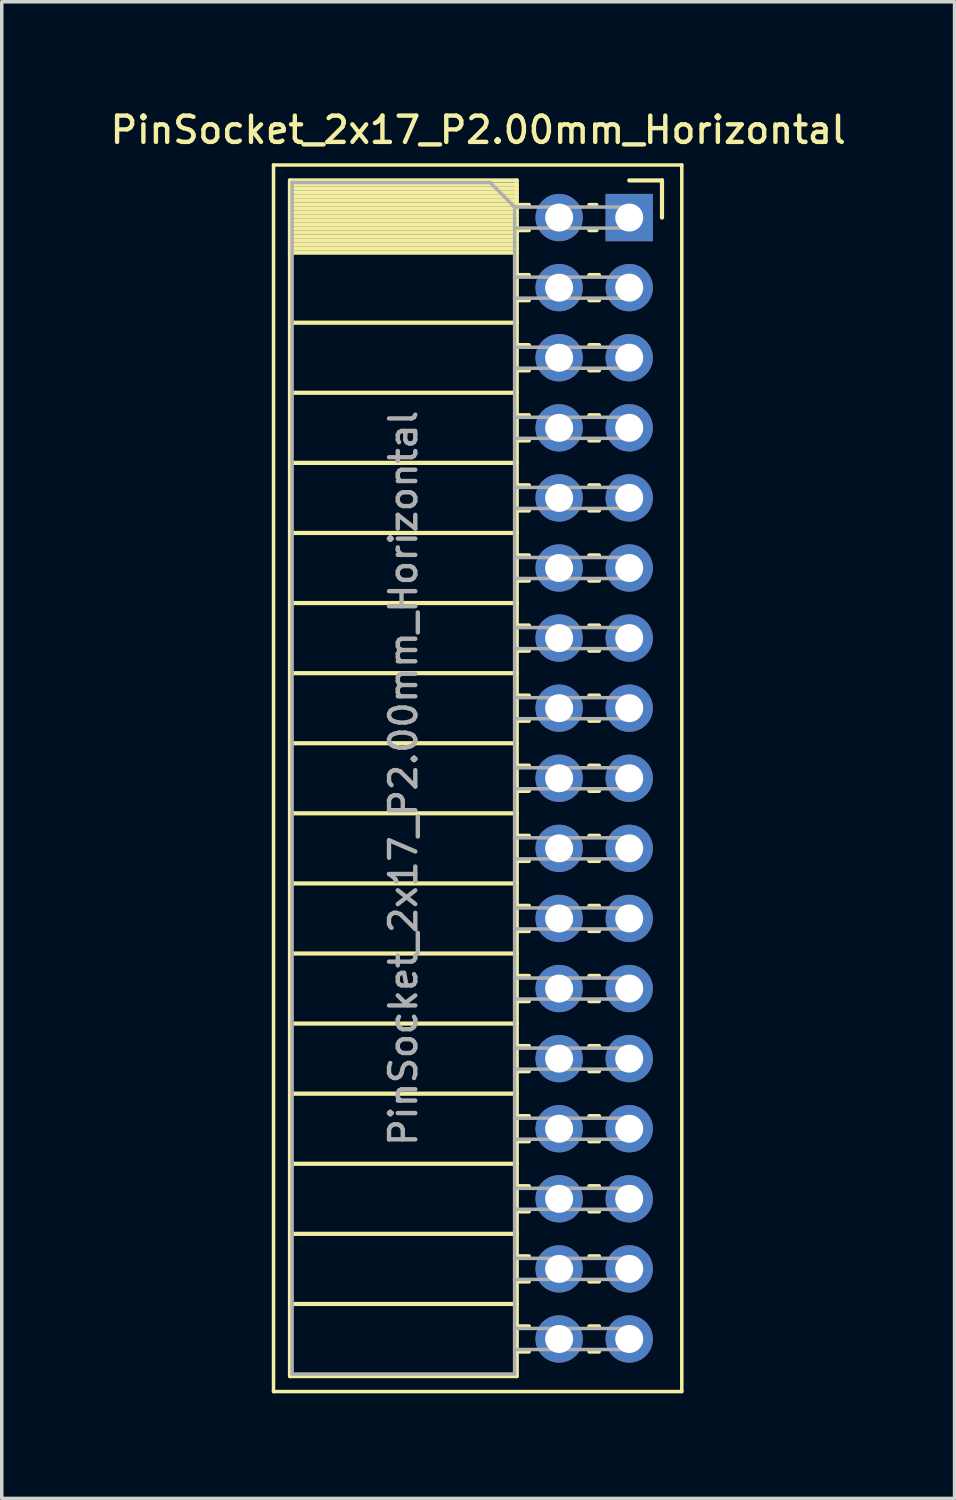
<source format=kicad_pcb>
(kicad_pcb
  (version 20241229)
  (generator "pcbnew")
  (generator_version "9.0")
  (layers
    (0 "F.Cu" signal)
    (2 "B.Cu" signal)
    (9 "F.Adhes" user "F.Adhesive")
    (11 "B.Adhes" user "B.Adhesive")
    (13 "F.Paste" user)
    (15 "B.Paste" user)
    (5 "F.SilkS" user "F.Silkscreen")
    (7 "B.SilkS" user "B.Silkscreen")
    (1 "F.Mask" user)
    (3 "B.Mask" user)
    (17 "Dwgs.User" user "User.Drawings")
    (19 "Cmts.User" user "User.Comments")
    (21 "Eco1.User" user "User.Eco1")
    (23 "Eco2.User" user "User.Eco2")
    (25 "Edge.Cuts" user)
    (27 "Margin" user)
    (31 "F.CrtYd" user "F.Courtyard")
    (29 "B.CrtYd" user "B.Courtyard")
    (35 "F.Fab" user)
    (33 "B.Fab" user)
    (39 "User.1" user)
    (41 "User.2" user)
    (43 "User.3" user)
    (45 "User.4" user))
  (footprint "PinSocket_2x17_P2.00mm_Horizontal"
    (layer "F.Cu")
    (at 14.905 3.158)
    (property "Reference" "PinSocket_2x17_P2.00mm_Horizontal" (at -4.31 -2.5 0) (layer "F.SilkS") (effects (font (size 0.75 0.75) (thickness 0.125))))
    (attr through_hole)
    (fp_line (start -10.15 -1.5) (end -10.15 33.5) (stroke (width 0.1) (type solid)) (layer "F.SilkS"))
    (fp_line (start -10.15 33.5) (end 1.5 33.5) (stroke (width 0.1) (type solid)) (layer "F.SilkS"))
    (fp_line (start -9.68 -1.06) (end -9.68 33.06) (stroke (width 0.12) (type solid)) (layer "F.SilkS"))
    (fp_line (start -9.68 -1.06) (end -3.21 -1.06) (stroke (width 0.12) (type solid)) (layer "F.SilkS"))
    (fp_line (start -9.68 -0.94) (end -3.21 -0.94) (stroke (width 0.12) (type solid)) (layer "F.SilkS"))
    (fp_line (start -9.68 -0.826) (end -3.21 -0.826) (stroke (width 0.12) (type solid)) (layer "F.SilkS"))
    (fp_line (start -9.68 -0.712) (end -3.21 -0.712) (stroke (width 0.12) (type solid)) (layer "F.SilkS"))
    (fp_line (start -9.68 -0.598) (end -3.21 -0.598) (stroke (width 0.12) (type solid)) (layer "F.SilkS"))
    (fp_line (start -9.68 -0.484) (end -3.21 -0.484) (stroke (width 0.12) (type solid)) (layer "F.SilkS"))
    (fp_line (start -9.68 -0.369) (end -3.21 -0.369) (stroke (width 0.12) (type solid)) (layer "F.SilkS"))
    (fp_line (start -9.68 -0.255) (end -3.21 -0.255) (stroke (width 0.12) (type solid)) (layer "F.SilkS"))
    (fp_line (start -9.68 -0.141) (end -3.21 -0.141) (stroke (width 0.12) (type solid)) (layer "F.SilkS"))
    (fp_line (start -9.68 -0.027) (end -3.21 -0.027) (stroke (width 0.12) (type solid)) (layer "F.SilkS"))
    (fp_line (start -9.68 0.087) (end -3.21 0.087) (stroke (width 0.12) (type solid)) (layer "F.SilkS"))
    (fp_line (start -9.68 0.201) (end -3.21 0.201) (stroke (width 0.12) (type solid)) (layer "F.SilkS"))
    (fp_line (start -9.68 0.315) (end -3.21 0.315) (stroke (width 0.12) (type solid)) (layer "F.SilkS"))
    (fp_line (start -9.68 0.429) (end -3.21 0.429) (stroke (width 0.12) (type solid)) (layer "F.SilkS"))
    (fp_line (start -9.68 0.544) (end -3.21 0.544) (stroke (width 0.12) (type solid)) (layer "F.SilkS"))
    (fp_line (start -9.68 0.658) (end -3.21 0.658) (stroke (width 0.12) (type solid)) (layer "F.SilkS"))
    (fp_line (start -9.68 0.772) (end -3.21 0.772) (stroke (width 0.12) (type solid)) (layer "F.SilkS"))
    (fp_line (start -9.68 0.886) (end -3.21 0.886) (stroke (width 0.12) (type solid)) (layer "F.SilkS"))
    (fp_line (start -9.68 1) (end -3.21 1) (stroke (width 0.12) (type solid)) (layer "F.SilkS"))
    (fp_line (start -9.68 3) (end -3.21 3) (stroke (width 0.12) (type solid)) (layer "F.SilkS"))
    (fp_line (start -9.68 5) (end -3.21 5) (stroke (width 0.12) (type solid)) (layer "F.SilkS"))
    (fp_line (start -9.68 7) (end -3.21 7) (stroke (width 0.12) (type solid)) (layer "F.SilkS"))
    (fp_line (start -9.68 9) (end -3.21 9) (stroke (width 0.12) (type solid)) (layer "F.SilkS"))
    (fp_line (start -9.68 11) (end -3.21 11) (stroke (width 0.12) (type solid)) (layer "F.SilkS"))
    (fp_line (start -9.68 13) (end -3.21 13) (stroke (width 0.12) (type solid)) (layer "F.SilkS"))
    (fp_line (start -9.68 15) (end -3.21 15) (stroke (width 0.12) (type solid)) (layer "F.SilkS"))
    (fp_line (start -9.68 17) (end -3.21 17) (stroke (width 0.12) (type solid)) (layer "F.SilkS"))
    (fp_line (start -9.68 19) (end -3.21 19) (stroke (width 0.12) (type solid)) (layer "F.SilkS"))
    (fp_line (start -9.68 21) (end -3.21 21) (stroke (width 0.12) (type solid)) (layer "F.SilkS"))
    (fp_line (start -9.68 23) (end -3.21 23) (stroke (width 0.12) (type solid)) (layer "F.SilkS"))
    (fp_line (start -9.68 25) (end -3.21 25) (stroke (width 0.12) (type solid)) (layer "F.SilkS"))
    (fp_line (start -9.68 27) (end -3.21 27) (stroke (width 0.12) (type solid)) (layer "F.SilkS"))
    (fp_line (start -9.68 29) (end -3.21 29) (stroke (width 0.12) (type solid)) (layer "F.SilkS"))
    (fp_line (start -9.68 31) (end -3.21 31) (stroke (width 0.12) (type solid)) (layer "F.SilkS"))
    (fp_line (start -9.68 33.06) (end -3.21 33.06) (stroke (width 0.12) (type solid)) (layer "F.SilkS"))
    (fp_line (start -3.21 -1.06) (end -3.21 33.06) (stroke (width 0.12) (type solid)) (layer "F.SilkS"))
    (fp_line (start -3.21 -0.36) (end -2.863 -0.36) (stroke (width 0.12) (type solid)) (layer "F.SilkS"))
    (fp_line (start -3.21 0.36) (end -2.863 0.36) (stroke (width 0.12) (type solid)) (layer "F.SilkS"))
    (fp_line (start -3.21 1.64) (end -2.863 1.64) (stroke (width 0.12) (type solid)) (layer "F.SilkS"))
    (fp_line (start -3.21 2.36) (end -2.863 2.36) (stroke (width 0.12) (type solid)) (layer "F.SilkS"))
    (fp_line (start -3.21 3.64) (end -2.863 3.64) (stroke (width 0.12) (type solid)) (layer "F.SilkS"))
    (fp_line (start -3.21 4.36) (end -2.863 4.36) (stroke (width 0.12) (type solid)) (layer "F.SilkS"))
    (fp_line (start -3.21 5.64) (end -2.863 5.64) (stroke (width 0.12) (type solid)) (layer "F.SilkS"))
    (fp_line (start -3.21 6.36) (end -2.863 6.36) (stroke (width 0.12) (type solid)) (layer "F.SilkS"))
    (fp_line (start -3.21 7.64) (end -2.863 7.64) (stroke (width 0.12) (type solid)) (layer "F.SilkS"))
    (fp_line (start -3.21 8.36) (end -2.863 8.36) (stroke (width 0.12) (type solid)) (layer "F.SilkS"))
    (fp_line (start -3.21 9.64) (end -2.863 9.64) (stroke (width 0.12) (type solid)) (layer "F.SilkS"))
    (fp_line (start -3.21 10.36) (end -2.863 10.36) (stroke (width 0.12) (type solid)) (layer "F.SilkS"))
    (fp_line (start -3.21 11.64) (end -2.863 11.64) (stroke (width 0.12) (type solid)) (layer "F.SilkS"))
    (fp_line (start -3.21 12.36) (end -2.863 12.36) (stroke (width 0.12) (type solid)) (layer "F.SilkS"))
    (fp_line (start -3.21 13.64) (end -2.863 13.64) (stroke (width 0.12) (type solid)) (layer "F.SilkS"))
    (fp_line (start -3.21 14.36) (end -2.863 14.36) (stroke (width 0.12) (type solid)) (layer "F.SilkS"))
    (fp_line (start -3.21 15.64) (end -2.863 15.64) (stroke (width 0.12) (type solid)) (layer "F.SilkS"))
    (fp_line (start -3.21 16.36) (end -2.863 16.36) (stroke (width 0.12) (type solid)) (layer "F.SilkS"))
    (fp_line (start -3.21 17.64) (end -2.863 17.64) (stroke (width 0.12) (type solid)) (layer "F.SilkS"))
    (fp_line (start -3.21 18.36) (end -2.863 18.36) (stroke (width 0.12) (type solid)) (layer "F.SilkS"))
    (fp_line (start -3.21 19.64) (end -2.863 19.64) (stroke (width 0.12) (type solid)) (layer "F.SilkS"))
    (fp_line (start -3.21 20.36) (end -2.863 20.36) (stroke (width 0.12) (type solid)) (layer "F.SilkS"))
    (fp_line (start -3.21 21.64) (end -2.863 21.64) (stroke (width 0.12) (type solid)) (layer "F.SilkS"))
    (fp_line (start -3.21 22.36) (end -2.863 22.36) (stroke (width 0.12) (type solid)) (layer "F.SilkS"))
    (fp_line (start -3.21 23.64) (end -2.863 23.64) (stroke (width 0.12) (type solid)) (layer "F.SilkS"))
    (fp_line (start -3.21 24.36) (end -2.863 24.36) (stroke (width 0.12) (type solid)) (layer "F.SilkS"))
    (fp_line (start -3.21 25.64) (end -2.863 25.64) (stroke (width 0.12) (type solid)) (layer "F.SilkS"))
    (fp_line (start -3.21 26.36) (end -2.863 26.36) (stroke (width 0.12) (type solid)) (layer "F.SilkS"))
    (fp_line (start -3.21 27.64) (end -2.863 27.64) (stroke (width 0.12) (type solid)) (layer "F.SilkS"))
    (fp_line (start -3.21 28.36) (end -2.863 28.36) (stroke (width 0.12) (type solid)) (layer "F.SilkS"))
    (fp_line (start -3.21 29.64) (end -2.863 29.64) (stroke (width 0.12) (type solid)) (layer "F.SilkS"))
    (fp_line (start -3.21 30.36) (end -2.863 30.36) (stroke (width 0.12) (type solid)) (layer "F.SilkS"))
    (fp_line (start -3.21 31.64) (end -2.863 31.64) (stroke (width 0.12) (type solid)) (layer "F.SilkS"))
    (fp_line (start -3.21 32.36) (end -2.863 32.36) (stroke (width 0.12) (type solid)) (layer "F.SilkS"))
    (fp_line (start -1.137 -0.36) (end -0.935 -0.36) (stroke (width 0.12) (type solid)) (layer "F.SilkS"))
    (fp_line (start -1.137 0.36) (end -0.935 0.36) (stroke (width 0.12) (type solid)) (layer "F.SilkS"))
    (fp_line (start -1.137 1.64) (end -0.863 1.64) (stroke (width 0.12) (type solid)) (layer "F.SilkS"))
    (fp_line (start -1.137 2.36) (end -0.863 2.36) (stroke (width 0.12) (type solid)) (layer "F.SilkS"))
    (fp_line (start -1.137 3.64) (end -0.863 3.64) (stroke (width 0.12) (type solid)) (layer "F.SilkS"))
    (fp_line (start -1.137 4.36) (end -0.863 4.36) (stroke (width 0.12) (type solid)) (layer "F.SilkS"))
    (fp_line (start -1.137 5.64) (end -0.863 5.64) (stroke (width 0.12) (type solid)) (layer "F.SilkS"))
    (fp_line (start -1.137 6.36) (end -0.863 6.36) (stroke (width 0.12) (type solid)) (layer "F.SilkS"))
    (fp_line (start -1.137 7.64) (end -0.863 7.64) (stroke (width 0.12) (type solid)) (layer "F.SilkS"))
    (fp_line (start -1.137 8.36) (end -0.863 8.36) (stroke (width 0.12) (type solid)) (layer "F.SilkS"))
    (fp_line (start -1.137 9.64) (end -0.863 9.64) (stroke (width 0.12) (type solid)) (layer "F.SilkS"))
    (fp_line (start -1.137 10.36) (end -0.863 10.36) (stroke (width 0.12) (type solid)) (layer "F.SilkS"))
    (fp_line (start -1.137 11.64) (end -0.863 11.64) (stroke (width 0.12) (type solid)) (layer "F.SilkS"))
    (fp_line (start -1.137 12.36) (end -0.863 12.36) (stroke (width 0.12) (type solid)) (layer "F.SilkS"))
    (fp_line (start -1.137 13.64) (end -0.863 13.64) (stroke (width 0.12) (type solid)) (layer "F.SilkS"))
    (fp_line (start -1.137 14.36) (end -0.863 14.36) (stroke (width 0.12) (type solid)) (layer "F.SilkS"))
    (fp_line (start -1.137 15.64) (end -0.863 15.64) (stroke (width 0.12) (type solid)) (layer "F.SilkS"))
    (fp_line (start -1.137 16.36) (end -0.863 16.36) (stroke (width 0.12) (type solid)) (layer "F.SilkS"))
    (fp_line (start -1.137 17.64) (end -0.863 17.64) (stroke (width 0.12) (type solid)) (layer "F.SilkS"))
    (fp_line (start -1.137 18.36) (end -0.863 18.36) (stroke (width 0.12) (type solid)) (layer "F.SilkS"))
    (fp_line (start -1.137 19.64) (end -0.863 19.64) (stroke (width 0.12) (type solid)) (layer "F.SilkS"))
    (fp_line (start -1.137 20.36) (end -0.863 20.36) (stroke (width 0.12) (type solid)) (layer "F.SilkS"))
    (fp_line (start -1.137 21.64) (end -0.863 21.64) (stroke (width 0.12) (type solid)) (layer "F.SilkS"))
    (fp_line (start -1.137 22.36) (end -0.863 22.36) (stroke (width 0.12) (type solid)) (layer "F.SilkS"))
    (fp_line (start -1.137 23.64) (end -0.863 23.64) (stroke (width 0.12) (type solid)) (layer "F.SilkS"))
    (fp_line (start -1.137 24.36) (end -0.863 24.36) (stroke (width 0.12) (type solid)) (layer "F.SilkS"))
    (fp_line (start -1.137 25.64) (end -0.863 25.64) (stroke (width 0.12) (type solid)) (layer "F.SilkS"))
    (fp_line (start -1.137 26.36) (end -0.863 26.36) (stroke (width 0.12) (type solid)) (layer "F.SilkS"))
    (fp_line (start -1.137 27.64) (end -0.863 27.64) (stroke (width 0.12) (type solid)) (layer "F.SilkS"))
    (fp_line (start -1.137 28.36) (end -0.863 28.36) (stroke (width 0.12) (type solid)) (layer "F.SilkS"))
    (fp_line (start -1.137 29.64) (end -0.863 29.64) (stroke (width 0.12) (type solid)) (layer "F.SilkS"))
    (fp_line (start -1.137 30.36) (end -0.863 30.36) (stroke (width 0.12) (type solid)) (layer "F.SilkS"))
    (fp_line (start -1.137 31.64) (end -0.863 31.64) (stroke (width 0.12) (type solid)) (layer "F.SilkS"))
    (fp_line (start -1.137 32.36) (end -0.863 32.36) (stroke (width 0.12) (type solid)) (layer "F.SilkS"))
    (fp_line (start 0 -1.06) (end 0.935 -1.06) (stroke (width 0.12) (type solid)) (layer "F.SilkS"))
    (fp_line (start 0.935 -1.06) (end 0.935 0) (stroke (width 0.12) (type solid)) (layer "F.SilkS"))
    (fp_line (start 1.5 -1.5) (end -10.15 -1.5) (stroke (width 0.1) (type solid)) (layer "F.SilkS"))
    (fp_line (start 1.5 33.5) (end 1.5 -1.5) (stroke (width 0.1) (type solid)) (layer "F.SilkS"))
    (fp_line (start -9.62 -1) (end -3.97 -1) (stroke (width 0.1) (type solid)) (layer "F.Fab"))
    (fp_line (start -9.62 33) (end -9.62 -1) (stroke (width 0.1) (type solid)) (layer "F.Fab"))
    (fp_line (start -3.97 -1) (end -3.27 -0.3) (stroke (width 0.1) (type solid)) (layer "F.Fab"))
    (fp_line (start -3.27 -0.3) (end -3.27 33) (stroke (width 0.1) (type solid)) (layer "F.Fab"))
    (fp_line (start -3.27 0.3) (end 0 0.3) (stroke (width 0.1) (type solid)) (layer "F.Fab"))
    (fp_line (start -3.27 2.3) (end 0 2.3) (stroke (width 0.1) (type solid)) (layer "F.Fab"))
    (fp_line (start -3.27 4.3) (end 0 4.3) (stroke (width 0.1) (type solid)) (layer "F.Fab"))
    (fp_line (start -3.27 6.3) (end 0 6.3) (stroke (width 0.1) (type solid)) (layer "F.Fab"))
    (fp_line (start -3.27 8.3) (end 0 8.3) (stroke (width 0.1) (type solid)) (layer "F.Fab"))
    (fp_line (start -3.27 10.3) (end 0 10.3) (stroke (width 0.1) (type solid)) (layer "F.Fab"))
    (fp_line (start -3.27 12.3) (end 0 12.3) (stroke (width 0.1) (type solid)) (layer "F.Fab"))
    (fp_line (start -3.27 14.3) (end 0 14.3) (stroke (width 0.1) (type solid)) (layer "F.Fab"))
    (fp_line (start -3.27 16.3) (end 0 16.3) (stroke (width 0.1) (type solid)) (layer "F.Fab"))
    (fp_line (start -3.27 18.3) (end 0 18.3) (stroke (width 0.1) (type solid)) (layer "F.Fab"))
    (fp_line (start -3.27 20.3) (end 0 20.3) (stroke (width 0.1) (type solid)) (layer "F.Fab"))
    (fp_line (start -3.27 22.3) (end 0 22.3) (stroke (width 0.1) (type solid)) (layer "F.Fab"))
    (fp_line (start -3.27 24.3) (end 0 24.3) (stroke (width 0.1) (type solid)) (layer "F.Fab"))
    (fp_line (start -3.27 26.3) (end 0 26.3) (stroke (width 0.1) (type solid)) (layer "F.Fab"))
    (fp_line (start -3.27 28.3) (end 0 28.3) (stroke (width 0.1) (type solid)) (layer "F.Fab"))
    (fp_line (start -3.27 30.3) (end 0 30.3) (stroke (width 0.1) (type solid)) (layer "F.Fab"))
    (fp_line (start -3.27 32.3) (end 0 32.3) (stroke (width 0.1) (type solid)) (layer "F.Fab"))
    (fp_line (start -3.27 33) (end -9.62 33) (stroke (width 0.1) (type solid)) (layer "F.Fab"))
    (fp_line (start 0 -0.3) (end -3.27 -0.3) (stroke (width 0.1) (type solid)) (layer "F.Fab"))
    (fp_line (start 0 0.3) (end 0 -0.3) (stroke (width 0.1) (type solid)) (layer "F.Fab"))
    (fp_line (start 0 1.7) (end -3.27 1.7) (stroke (width 0.1) (type solid)) (layer "F.Fab"))
    (fp_line (start 0 2.3) (end 0 1.7) (stroke (width 0.1) (type solid)) (layer "F.Fab"))
    (fp_line (start 0 3.7) (end -3.27 3.7) (stroke (width 0.1) (type solid)) (layer "F.Fab"))
    (fp_line (start 0 4.3) (end 0 3.7) (stroke (width 0.1) (type solid)) (layer "F.Fab"))
    (fp_line (start 0 5.7) (end -3.27 5.7) (stroke (width 0.1) (type solid)) (layer "F.Fab"))
    (fp_line (start 0 6.3) (end 0 5.7) (stroke (width 0.1) (type solid)) (layer "F.Fab"))
    (fp_line (start 0 7.7) (end -3.27 7.7) (stroke (width 0.1) (type solid)) (layer "F.Fab"))
    (fp_line (start 0 8.3) (end 0 7.7) (stroke (width 0.1) (type solid)) (layer "F.Fab"))
    (fp_line (start 0 9.7) (end -3.27 9.7) (stroke (width 0.1) (type solid)) (layer "F.Fab"))
    (fp_line (start 0 10.3) (end 0 9.7) (stroke (width 0.1) (type solid)) (layer "F.Fab"))
    (fp_line (start 0 11.7) (end -3.27 11.7) (stroke (width 0.1) (type solid)) (layer "F.Fab"))
    (fp_line (start 0 12.3) (end 0 11.7) (stroke (width 0.1) (type solid)) (layer "F.Fab"))
    (fp_line (start 0 13.7) (end -3.27 13.7) (stroke (width 0.1) (type solid)) (layer "F.Fab"))
    (fp_line (start 0 14.3) (end 0 13.7) (stroke (width 0.1) (type solid)) (layer "F.Fab"))
    (fp_line (start 0 15.7) (end -3.27 15.7) (stroke (width 0.1) (type solid)) (layer "F.Fab"))
    (fp_line (start 0 16.3) (end 0 15.7) (stroke (width 0.1) (type solid)) (layer "F.Fab"))
    (fp_line (start 0 17.7) (end -3.27 17.7) (stroke (width 0.1) (type solid)) (layer "F.Fab"))
    (fp_line (start 0 18.3) (end 0 17.7) (stroke (width 0.1) (type solid)) (layer "F.Fab"))
    (fp_line (start 0 19.7) (end -3.27 19.7) (stroke (width 0.1) (type solid)) (layer "F.Fab"))
    (fp_line (start 0 20.3) (end 0 19.7) (stroke (width 0.1) (type solid)) (layer "F.Fab"))
    (fp_line (start 0 21.7) (end -3.27 21.7) (stroke (width 0.1) (type solid)) (layer "F.Fab"))
    (fp_line (start 0 22.3) (end 0 21.7) (stroke (width 0.1) (type solid)) (layer "F.Fab"))
    (fp_line (start 0 23.7) (end -3.27 23.7) (stroke (width 0.1) (type solid)) (layer "F.Fab"))
    (fp_line (start 0 24.3) (end 0 23.7) (stroke (width 0.1) (type solid)) (layer "F.Fab"))
    (fp_line (start 0 25.7) (end -3.27 25.7) (stroke (width 0.1) (type solid)) (layer "F.Fab"))
    (fp_line (start 0 26.3) (end 0 25.7) (stroke (width 0.1) (type solid)) (layer "F.Fab"))
    (fp_line (start 0 27.7) (end -3.27 27.7) (stroke (width 0.1) (type solid)) (layer "F.Fab"))
    (fp_line (start 0 28.3) (end 0 27.7) (stroke (width 0.1) (type solid)) (layer "F.Fab"))
    (fp_line (start 0 29.7) (end -3.27 29.7) (stroke (width 0.1) (type solid)) (layer "F.Fab"))
    (fp_line (start 0 30.3) (end 0 29.7) (stroke (width 0.1) (type solid)) (layer "F.Fab"))
    (fp_line (start 0 31.7) (end -3.27 31.7) (stroke (width 0.1) (type solid)) (layer "F.Fab"))
    (fp_line (start 0 32.3) (end 0 31.7) (stroke (width 0.1) (type solid)) (layer "F.Fab"))
    (fp_text user "${REFERENCE}" (at -6.445 16 90) (layer "F.Fab") (effects (font (size 0.75 0.75) (thickness 0.125))))
    (pad "1" thru_hole rect (at 0 0) (size 1.35 1.35) (drill 0.8) (layers "*.Cu" "*.Mask"))
    (pad "2" thru_hole oval (at -2 0) (size 1.35 1.35) (drill 0.8) (layers "*.Cu" "*.Mask"))
    (pad "3" thru_hole oval (at 0 2) (size 1.35 1.35) (drill 0.8) (layers "*.Cu" "*.Mask"))
    (pad "4" thru_hole oval (at -2 2) (size 1.35 1.35) (drill 0.8) (layers "*.Cu" "*.Mask"))
    (pad "5" thru_hole oval (at 0 4) (size 1.35 1.35) (drill 0.8) (layers "*.Cu" "*.Mask"))
    (pad "6" thru_hole oval (at -2 4) (size 1.35 1.35) (drill 0.8) (layers "*.Cu" "*.Mask"))
    (pad "7" thru_hole oval (at 0 6) (size 1.35 1.35) (drill 0.8) (layers "*.Cu" "*.Mask"))
    (pad "8" thru_hole oval (at -2 6) (size 1.35 1.35) (drill 0.8) (layers "*.Cu" "*.Mask"))
    (pad "9" thru_hole oval (at 0 8) (size 1.35 1.35) (drill 0.8) (layers "*.Cu" "*.Mask"))
    (pad "10" thru_hole oval (at -2 8) (size 1.35 1.35) (drill 0.8) (layers "*.Cu" "*.Mask"))
    (pad "11" thru_hole oval (at 0 10) (size 1.35 1.35) (drill 0.8) (layers "*.Cu" "*.Mask"))
    (pad "12" thru_hole oval (at -2 10) (size 1.35 1.35) (drill 0.8) (layers "*.Cu" "*.Mask"))
    (pad "13" thru_hole oval (at 0 12) (size 1.35 1.35) (drill 0.8) (layers "*.Cu" "*.Mask"))
    (pad "14" thru_hole oval (at -2 12) (size 1.35 1.35) (drill 0.8) (layers "*.Cu" "*.Mask"))
    (pad "15" thru_hole oval (at 0 14) (size 1.35 1.35) (drill 0.8) (layers "*.Cu" "*.Mask"))
    (pad "16" thru_hole oval (at -2 14) (size 1.35 1.35) (drill 0.8) (layers "*.Cu" "*.Mask"))
    (pad "17" thru_hole oval (at 0 16) (size 1.35 1.35) (drill 0.8) (layers "*.Cu" "*.Mask"))
    (pad "18" thru_hole oval (at -2 16) (size 1.35 1.35) (drill 0.8) (layers "*.Cu" "*.Mask"))
    (pad "19" thru_hole oval (at 0 18) (size 1.35 1.35) (drill 0.8) (layers "*.Cu" "*.Mask"))
    (pad "20" thru_hole oval (at -2 18) (size 1.35 1.35) (drill 0.8) (layers "*.Cu" "*.Mask"))
    (pad "21" thru_hole oval (at 0 20) (size 1.35 1.35) (drill 0.8) (layers "*.Cu" "*.Mask"))
    (pad "22" thru_hole oval (at -2 20) (size 1.35 1.35) (drill 0.8) (layers "*.Cu" "*.Mask"))
    (pad "23" thru_hole oval (at 0 22) (size 1.35 1.35) (drill 0.8) (layers "*.Cu" "*.Mask"))
    (pad "24" thru_hole oval (at -2 22) (size 1.35 1.35) (drill 0.8) (layers "*.Cu" "*.Mask"))
    (pad "25" thru_hole oval (at 0 24) (size 1.35 1.35) (drill 0.8) (layers "*.Cu" "*.Mask"))
    (pad "26" thru_hole oval (at -2 24) (size 1.35 1.35) (drill 0.8) (layers "*.Cu" "*.Mask"))
    (pad "27" thru_hole oval (at 0 26) (size 1.35 1.35) (drill 0.8) (layers "*.Cu" "*.Mask"))
    (pad "28" thru_hole oval (at -2 26) (size 1.35 1.35) (drill 0.8) (layers "*.Cu" "*.Mask"))
    (pad "29" thru_hole oval (at 0 28) (size 1.35 1.35) (drill 0.8) (layers "*.Cu" "*.Mask"))
    (pad "30" thru_hole oval (at -2 28) (size 1.35 1.35) (drill 0.8) (layers "*.Cu" "*.Mask"))
    (pad "31" thru_hole oval (at 0 30) (size 1.35 1.35) (drill 0.8) (layers "*.Cu" "*.Mask"))
    (pad "32" thru_hole oval (at -2 30) (size 1.35 1.35) (drill 0.8) (layers "*.Cu" "*.Mask"))
    (pad "33" thru_hole oval (at 0 32) (size 1.35 1.35) (drill 0.8) (layers "*.Cu" "*.Mask"))
    (pad "34" thru_hole oval (at -2 32) (size 1.35 1.35) (drill 0.8) (layers "*.Cu" "*.Mask")))
  (gr_rect
    (start -3 -3)
    (end 24.189 39.708)
    (stroke (width 0.1) (type default))
    (fill no)
    (layer "Edge.Cuts")))
</source>
